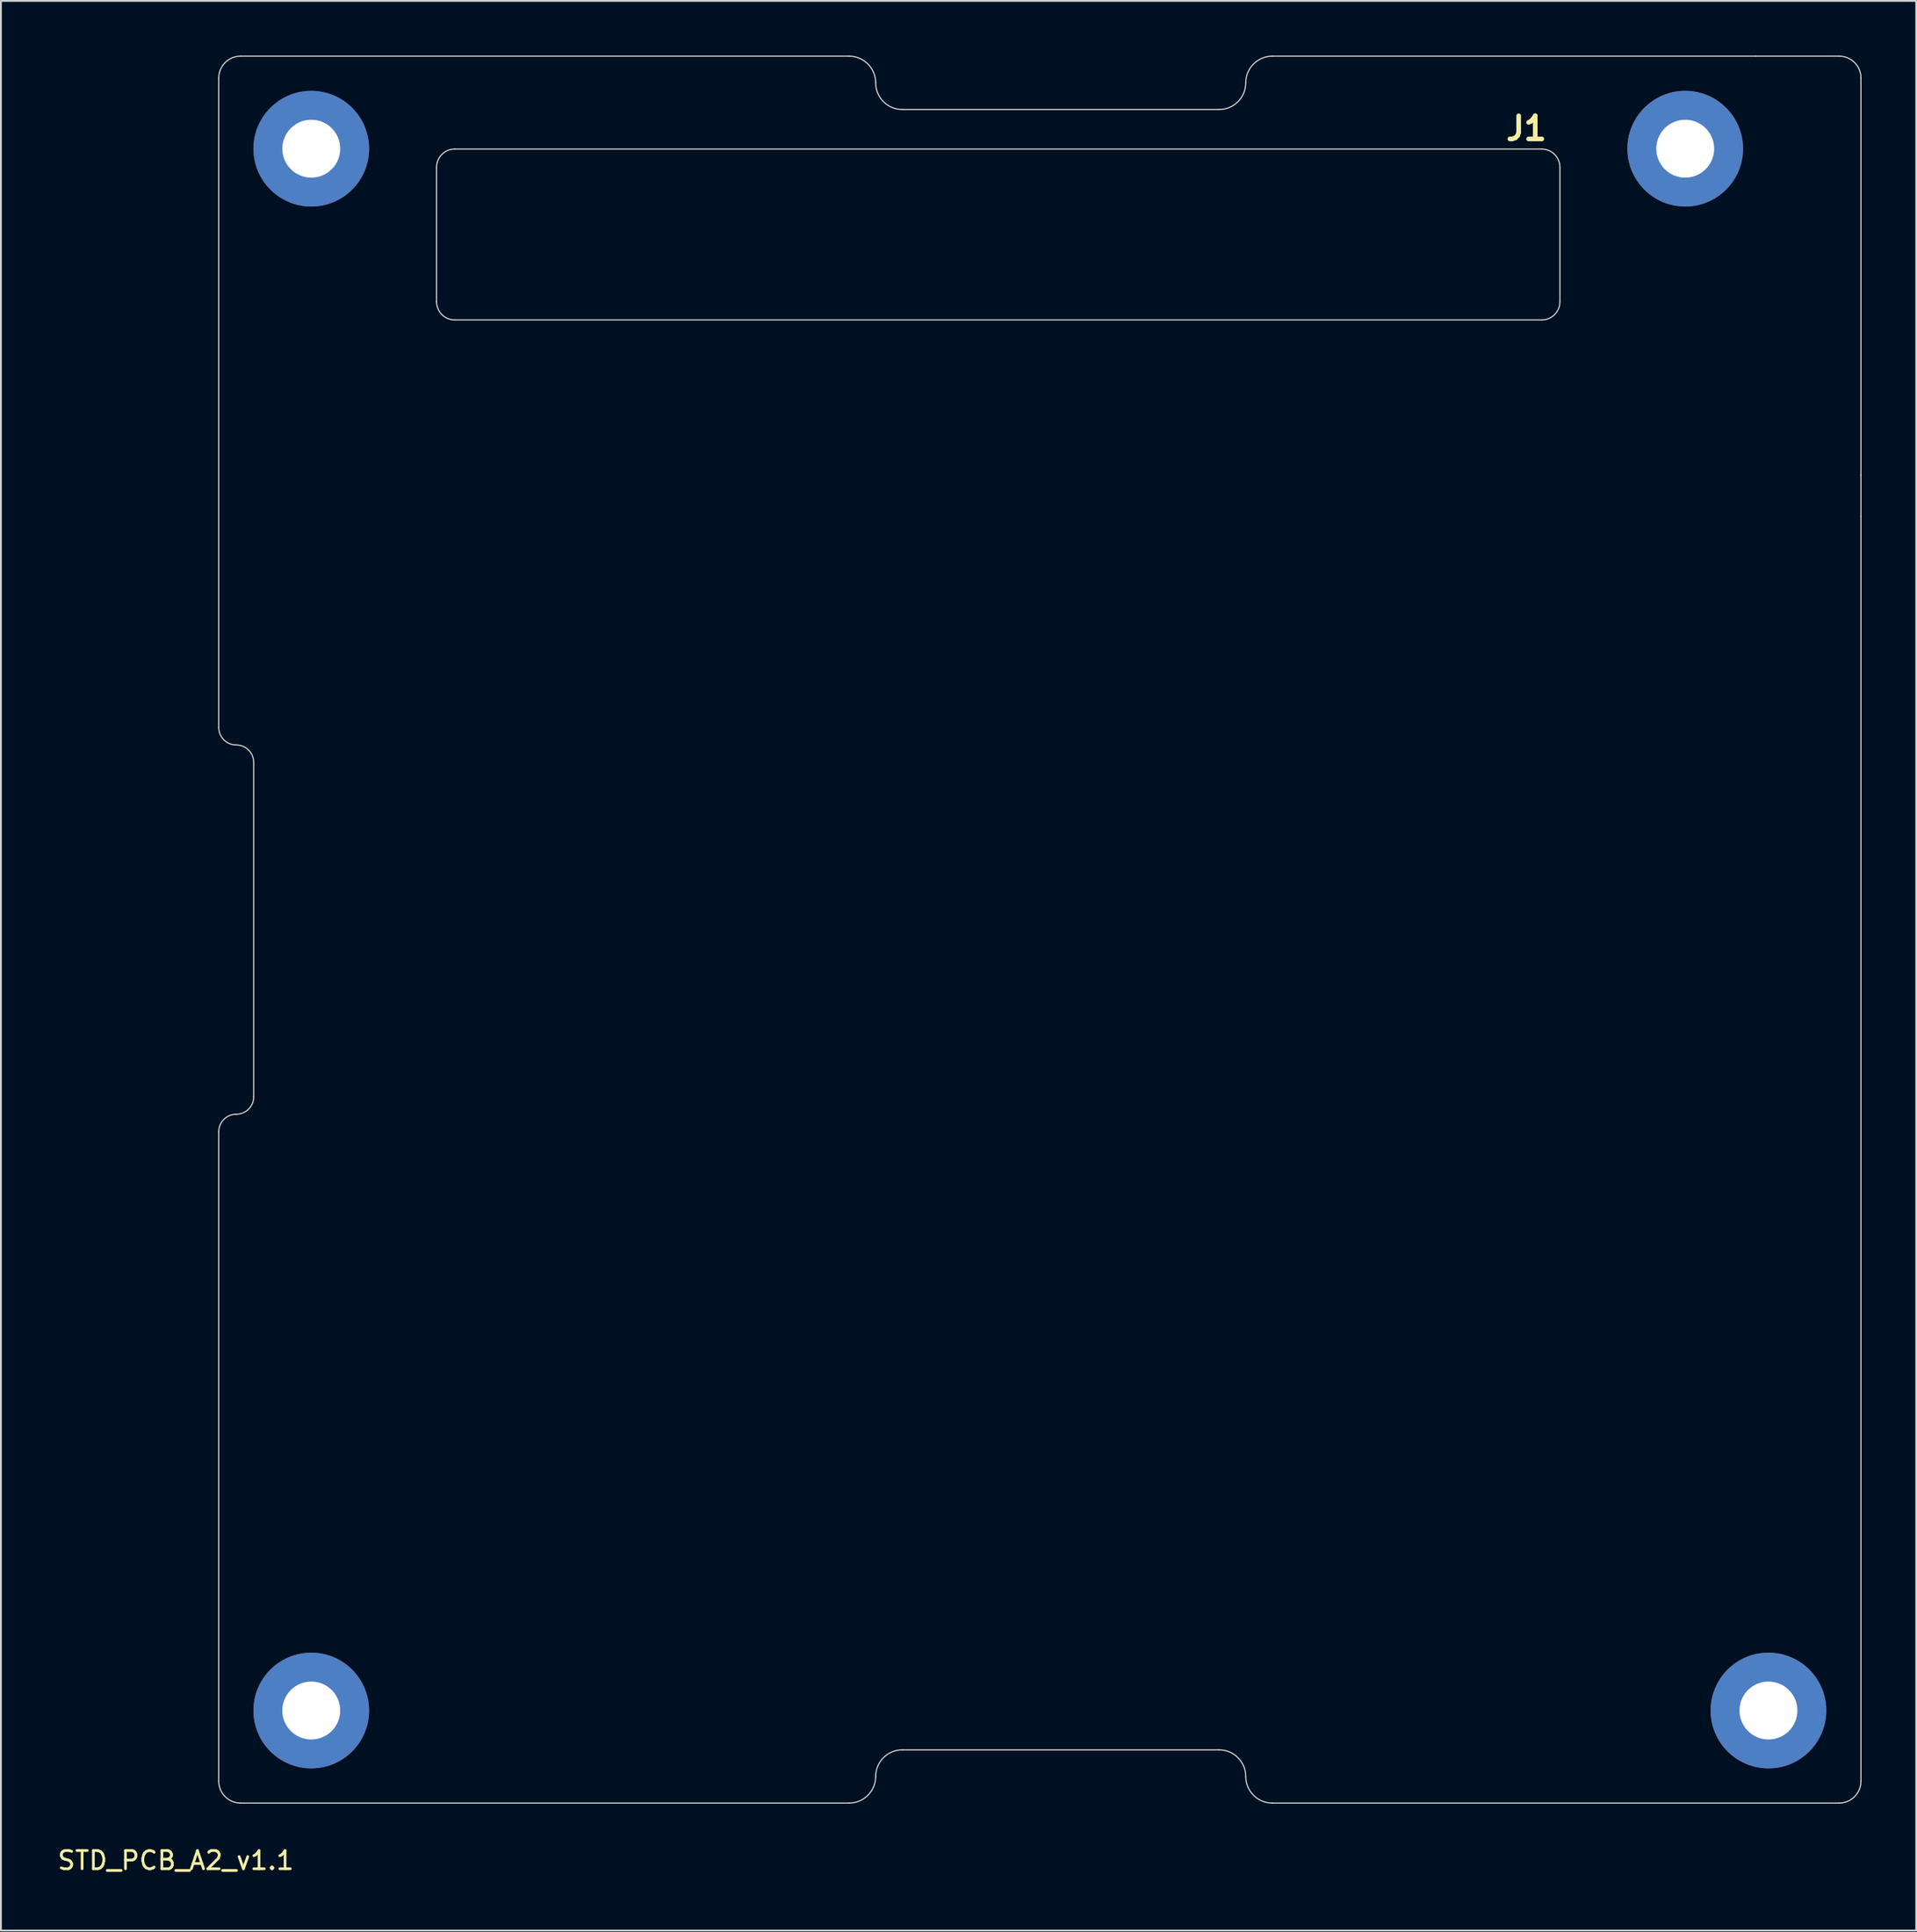
<source format=kicad_pcb>
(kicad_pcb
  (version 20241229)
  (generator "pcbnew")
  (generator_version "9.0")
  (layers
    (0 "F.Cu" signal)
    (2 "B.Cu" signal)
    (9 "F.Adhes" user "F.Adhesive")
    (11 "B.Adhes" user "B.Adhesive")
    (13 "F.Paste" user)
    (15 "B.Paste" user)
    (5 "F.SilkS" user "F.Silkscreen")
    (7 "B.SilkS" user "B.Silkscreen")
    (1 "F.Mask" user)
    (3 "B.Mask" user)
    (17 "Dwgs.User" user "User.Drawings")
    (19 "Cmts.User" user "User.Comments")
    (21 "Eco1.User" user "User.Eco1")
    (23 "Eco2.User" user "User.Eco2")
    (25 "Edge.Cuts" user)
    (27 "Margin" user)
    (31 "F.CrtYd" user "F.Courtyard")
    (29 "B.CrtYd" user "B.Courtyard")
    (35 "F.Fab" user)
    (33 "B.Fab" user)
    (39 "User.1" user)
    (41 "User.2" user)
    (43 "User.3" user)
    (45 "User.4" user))
  (footprint "STD_PCB_A2_v1.1"
    (layer "F.Cu")
    (at 8.961 95.922)
    (property "Reference" "STD_PCB_A2_v1.1" (at -2.36 3.15 0) (layer "F.SilkS") (effects (font (size 1 1) (thickness 0.15))))
    (attr through_hole)
    (fp_line (start 0 -59.04) (end 0 -94.69) (stroke (width 0.064) (type solid)) (layer "Edge.Cuts"))
    (fp_line (start 0 -1.2) (end 0 -36.85) (stroke (width 0.064) (type solid)) (layer "Edge.Cuts"))
    (fp_line (start 1.2 -95.89) (end 34.605 -95.89) (stroke (width 0.064) (type solid)) (layer "Edge.Cuts"))
    (fp_line (start 1.2 0) (end 34.61 0) (stroke (width 0.064) (type solid)) (layer "Edge.Cuts"))
    (fp_line (start 1.92 -38.77) (end 1.92 -57.12) (stroke (width 0.064) (type solid)) (layer "Edge.Cuts"))
    (fp_line (start 11.96 -89.79) (end 11.96 -82.41) (stroke (width 0.064) (type solid)) (layer "Edge.Cuts"))
    (fp_line (start 12.96 -81.41) (end 72.64 -81.41) (stroke (width 0.064) (type solid)) (layer "Edge.Cuts"))
    (fp_line (start 37.53 -2.92) (end 54.93 -2.92) (stroke (width 0.064) (type solid)) (layer "Edge.Cuts"))
    (fp_line (start 37.535 -92.96) (end 54.925 -92.96) (stroke (width 0.064) (type solid)) (layer "Edge.Cuts"))
    (fp_line (start 57.85 0) (end 88.97 0) (stroke (width 0.064) (type solid)) (layer "Edge.Cuts"))
    (fp_line (start 57.855 -95.89) (end 84.4 -95.89) (stroke (width 0.064) (type solid)) (layer "Edge.Cuts"))
    (fp_line (start 72.64 -90.79) (end 12.96 -90.79) (stroke (width 0.064) (type solid)) (layer "Edge.Cuts"))
    (fp_line (start 73.64 -82.41) (end 73.64 -89.79) (stroke (width 0.064) (type solid)) (layer "Edge.Cuts"))
    (fp_line (start 88.97 -95.89) (end 84.4 -95.89) (stroke (width 0.064) (type solid)) (layer "Edge.Cuts"))
    (fp_line (start 90.17 -72.9) (end 90.17 -94.69) (stroke (width 0.064) (type solid)) (layer "Edge.Cuts"))
    (fp_line (start 90.17 -72.9) (end 90.17 -70.615) (stroke (width 0.064) (type solid)) (layer "Edge.Cuts"))
    (fp_line (start 90.17 -1.2) (end 90.17 -70.615) (stroke (width 0.064) (type solid)) (layer "Edge.Cuts"))
    (fp_arc (start 0 -94.69) (mid 0.351472 -95.538528) (end 1.2 -95.89) (stroke (width 0.0635) (type solid)) (layer "Edge.Cuts"))
    (fp_arc (start 0 -36.85) (mid 0.281177 -37.528823) (end 0.96 -37.81) (stroke (width 0.0635) (type solid)) (layer "Edge.Cuts"))
    (fp_arc (start 0.96 -58.08) (mid 0.281177 -58.361177) (end 0 -59.04) (stroke (width 0.0635) (type solid)) (layer "Edge.Cuts"))
    (fp_arc (start 0.96 -58.08) (mid 1.638823 -57.798823) (end 1.92 -57.12) (stroke (width 0.0635) (type solid)) (layer "Edge.Cuts"))
    (fp_arc (start 1.2 0) (mid 0.351472 -0.351472) (end 0 -1.2) (stroke (width 0.0635) (type solid)) (layer "Edge.Cuts"))
    (fp_arc (start 1.92 -38.77) (mid 1.638823 -38.091177) (end 0.96 -37.81) (stroke (width 0.0635) (type solid)) (layer "Edge.Cuts"))
    (fp_arc (start 11.96 -89.79) (mid 12.252893 -90.497107) (end 12.96 -90.79) (stroke (width 0.0635) (type solid)) (layer "Edge.Cuts"))
    (fp_arc (start 12.96 -81.41) (mid 12.252893 -81.702893) (end 11.96 -82.41) (stroke (width 0.0635) (type solid)) (layer "Edge.Cuts"))
    (fp_arc (start 34.605 -95.89) (mid 35.640911 -95.460911) (end 36.07 -94.425) (stroke (width 0.0635) (type solid)) (layer "Edge.Cuts"))
    (fp_arc (start 36.07 -1.46) (mid 35.642376 -0.427624) (end 34.61 0) (stroke (width 0.0635) (type solid)) (layer "Edge.Cuts"))
    (fp_arc (start 36.07 -1.46) (mid 36.497624 -2.492376) (end 37.53 -2.92) (stroke (width 0.0635) (type solid)) (layer "Edge.Cuts"))
    (fp_arc (start 37.535 -92.96) (mid 36.499089 -93.389089) (end 36.07 -94.425) (stroke (width 0.0635) (type solid)) (layer "Edge.Cuts"))
    (fp_arc (start 54.93 -2.92) (mid 55.962376 -2.492376) (end 56.39 -1.46) (stroke (width 0.0635) (type solid)) (layer "Edge.Cuts"))
    (fp_arc (start 56.39 -94.425) (mid 55.960911 -93.389089) (end 54.925 -92.96) (stroke (width 0.0635) (type solid)) (layer "Edge.Cuts"))
    (fp_arc (start 56.39 -94.425) (mid 56.819089 -95.460911) (end 57.855 -95.89) (stroke (width 0.0635) (type solid)) (layer "Edge.Cuts"))
    (fp_arc (start 57.85 0) (mid 56.817624 -0.427624) (end 56.39 -1.46) (stroke (width 0.0635) (type solid)) (layer "Edge.Cuts"))
    (fp_arc (start 72.64 -90.79) (mid 73.347107 -90.497107) (end 73.64 -89.79) (stroke (width 0.0635) (type solid)) (layer "Edge.Cuts"))
    (fp_arc (start 73.64 -82.41) (mid 73.347107 -81.702893) (end 72.64 -81.41) (stroke (width 0.0635) (type solid)) (layer "Edge.Cuts"))
    (fp_arc (start 88.97 -95.89) (mid 89.818528 -95.538528) (end 90.17 -94.69) (stroke (width 0.0635) (type solid)) (layer "Edge.Cuts"))
    (fp_arc (start 90.17 -1.2) (mid 89.818528 -0.351472) (end 88.97 0) (stroke (width 0.0635) (type solid)) (layer "Edge.Cuts"))
    (fp_text user "J1" (at 71.8 -91.92 0) (layer "F.SilkS") (effects (font (size 1.27 1.27) (thickness 0.254))))
    (pad "" np_thru_hole circle (at 5.08 -90.81) (size 6.35 6.35) (drill 3.18) (layers "*.Cu" "*.Mask"))
    (pad "" np_thru_hole circle (at 5.08 -5.08) (size 6.35 6.35) (drill 3.18) (layers "*.Cu" "*.Mask"))
    (pad "" np_thru_hole circle (at 80.52 -90.81) (size 6.35 6.35) (drill 3.18) (layers "*.Cu" "*.Mask"))
    (pad "" np_thru_hole circle (at 85.09 -5.08) (size 6.35 6.35) (drill 3.18) (layers "*.Cu" "*.Mask")))
  (gr_rect
    (start -3 -3)
    (end 102.163 102.92)
    (stroke (width 0.1) (type default))
    (fill no)
    (layer "Edge.Cuts")))
</source>
